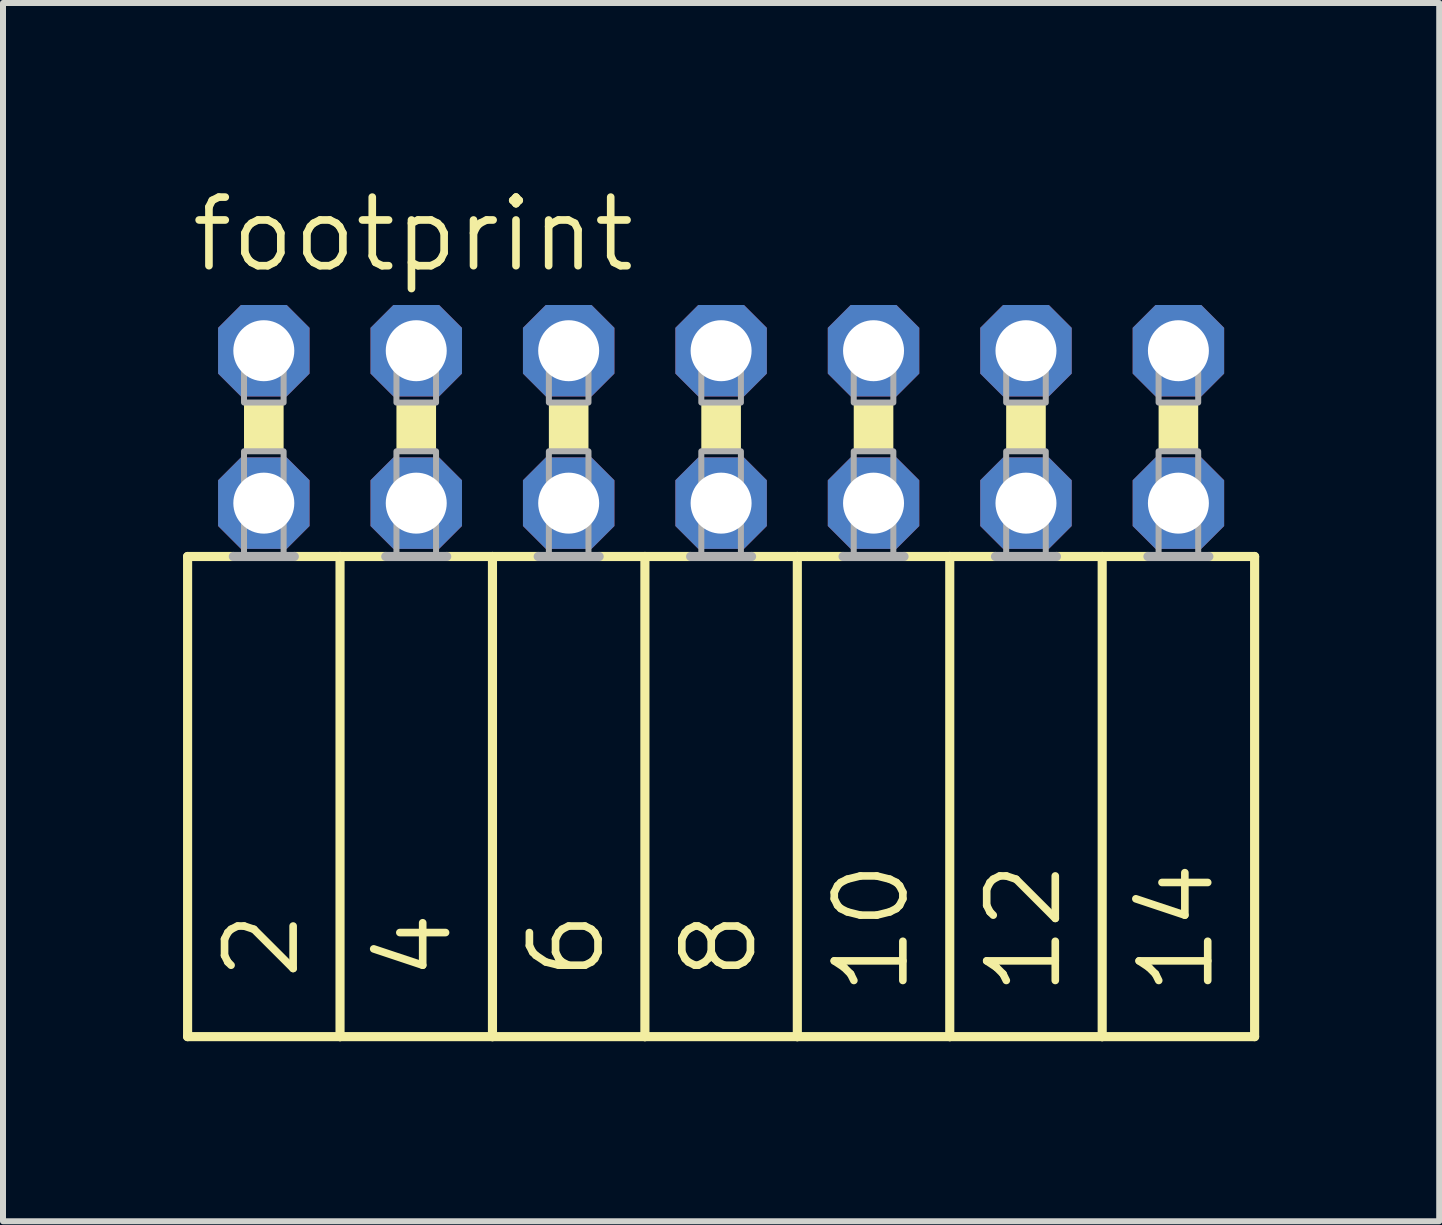
<source format=kicad_pcb>
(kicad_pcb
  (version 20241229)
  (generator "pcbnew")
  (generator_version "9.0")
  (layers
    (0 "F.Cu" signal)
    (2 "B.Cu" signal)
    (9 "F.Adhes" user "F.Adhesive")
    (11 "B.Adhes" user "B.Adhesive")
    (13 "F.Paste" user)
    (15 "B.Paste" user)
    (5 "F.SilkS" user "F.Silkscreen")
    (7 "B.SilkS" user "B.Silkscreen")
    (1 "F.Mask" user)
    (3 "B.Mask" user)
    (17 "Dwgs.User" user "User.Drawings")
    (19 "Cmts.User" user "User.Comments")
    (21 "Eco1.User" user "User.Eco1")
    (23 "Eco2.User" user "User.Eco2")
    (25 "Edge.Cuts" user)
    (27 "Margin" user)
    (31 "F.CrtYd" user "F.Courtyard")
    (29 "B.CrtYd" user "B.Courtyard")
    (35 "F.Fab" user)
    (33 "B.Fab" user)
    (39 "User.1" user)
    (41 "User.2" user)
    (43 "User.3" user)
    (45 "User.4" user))
  (footprint "footprint"
    (layer "F.Cu")
    (at 8.966 4.064)
    (property "Reference" "footprint" (at -8.89 -2.54 0) (layer "F.SilkS") (effects (font (size 1.143 1.143) (thickness 0.127)) (justify left bottom)))
    (fp_line (start -8.89 2.159) (end -8.89 10.16) (stroke (width 0.152) (type solid)) (layer "F.SilkS"))
    (fp_line (start -8.89 2.159) (end -8.128 2.159) (stroke (width 0.152) (type solid)) (layer "F.SilkS"))
    (fp_line (start -7.112 2.159) (end -6.35 2.159) (stroke (width 0.152) (type solid)) (layer "F.SilkS"))
    (fp_line (start -6.35 2.159) (end -6.35 10.16) (stroke (width 0.152) (type solid)) (layer "F.SilkS"))
    (fp_line (start -6.35 2.159) (end -5.588 2.159) (stroke (width 0.152) (type solid)) (layer "F.SilkS"))
    (fp_line (start -6.35 10.16) (end -8.89 10.16) (stroke (width 0.152) (type solid)) (layer "F.SilkS"))
    (fp_line (start -4.572 2.159) (end -3.81 2.159) (stroke (width 0.152) (type solid)) (layer "F.SilkS"))
    (fp_line (start -3.81 2.159) (end -3.81 10.16) (stroke (width 0.152) (type solid)) (layer "F.SilkS"))
    (fp_line (start -3.81 2.159) (end -3.048 2.159) (stroke (width 0.152) (type solid)) (layer "F.SilkS"))
    (fp_line (start -3.81 10.16) (end -6.35 10.16) (stroke (width 0.152) (type solid)) (layer "F.SilkS"))
    (fp_line (start -2.032 2.159) (end -1.27 2.159) (stroke (width 0.152) (type solid)) (layer "F.SilkS"))
    (fp_line (start -1.27 2.159) (end -1.27 10.16) (stroke (width 0.152) (type solid)) (layer "F.SilkS"))
    (fp_line (start -1.27 10.16) (end -3.81 10.16) (stroke (width 0.152) (type solid)) (layer "F.SilkS"))
    (fp_line (start -0.508 2.159) (end -1.27 2.159) (stroke (width 0.152) (type solid)) (layer "F.SilkS"))
    (fp_line (start 1.27 2.159) (end 0.508 2.159) (stroke (width 0.152) (type solid)) (layer "F.SilkS"))
    (fp_line (start 1.27 2.159) (end 1.27 10.16) (stroke (width 0.152) (type solid)) (layer "F.SilkS"))
    (fp_line (start 1.27 2.159) (end 2.032 2.159) (stroke (width 0.152) (type solid)) (layer "F.SilkS"))
    (fp_line (start 1.27 10.16) (end -1.27 10.16) (stroke (width 0.152) (type solid)) (layer "F.SilkS"))
    (fp_line (start 3.048 2.159) (end 3.81 2.159) (stroke (width 0.152) (type solid)) (layer "F.SilkS"))
    (fp_line (start 3.81 2.159) (end 3.81 10.16) (stroke (width 0.152) (type solid)) (layer "F.SilkS"))
    (fp_line (start 3.81 2.159) (end 4.572 2.159) (stroke (width 0.152) (type solid)) (layer "F.SilkS"))
    (fp_line (start 3.81 10.16) (end 1.27 10.16) (stroke (width 0.152) (type solid)) (layer "F.SilkS"))
    (fp_line (start 5.588 2.159) (end 6.35 2.159) (stroke (width 0.152) (type solid)) (layer "F.SilkS"))
    (fp_line (start 6.35 2.159) (end 6.35 10.16) (stroke (width 0.152) (type solid)) (layer "F.SilkS"))
    (fp_line (start 6.35 2.159) (end 7.112 2.159) (stroke (width 0.152) (type solid)) (layer "F.SilkS"))
    (fp_line (start 6.35 10.16) (end 3.81 10.16) (stroke (width 0.152) (type solid)) (layer "F.SilkS"))
    (fp_line (start 8.128 2.159) (end 8.89 2.159) (stroke (width 0.152) (type solid)) (layer "F.SilkS"))
    (fp_line (start 8.89 2.159) (end 8.89 10.16) (stroke (width 0.152) (type solid)) (layer "F.SilkS"))
    (fp_line (start 8.89 10.16) (end 6.35 10.16) (stroke (width 0.152) (type solid)) (layer "F.SilkS"))
    (fp_poly (pts (xy -7.95 0.406) (xy -7.29 0.406) (xy -7.29 -0.406) (xy -7.95 -0.406)) (stroke (width 0) (type solid)) (fill yes) (layer "F.SilkS"))
    (fp_poly (pts (xy -5.41 0.406) (xy -4.75 0.406) (xy -4.75 -0.406) (xy -5.41 -0.406)) (stroke (width 0) (type solid)) (fill yes) (layer "F.SilkS"))
    (fp_poly (pts (xy -2.87 0.406) (xy -2.21 0.406) (xy -2.21 -0.406) (xy -2.87 -0.406)) (stroke (width 0) (type solid)) (fill yes) (layer "F.SilkS"))
    (fp_poly (pts (xy -0.33 0.406) (xy 0.33 0.406) (xy 0.33 -0.406) (xy -0.33 -0.406)) (stroke (width 0) (type solid)) (fill yes) (layer "F.SilkS"))
    (fp_poly (pts (xy 2.21 0.406) (xy 2.87 0.406) (xy 2.87 -0.406) (xy 2.21 -0.406)) (stroke (width 0) (type solid)) (fill yes) (layer "F.SilkS"))
    (fp_poly (pts (xy 4.75 0.406) (xy 5.41 0.406) (xy 5.41 -0.406) (xy 4.75 -0.406)) (stroke (width 0) (type solid)) (fill yes) (layer "F.SilkS"))
    (fp_poly (pts (xy 7.29 0.406) (xy 7.95 0.406) (xy 7.95 -0.406) (xy 7.29 -0.406)) (stroke (width 0) (type solid)) (fill yes) (layer "F.SilkS"))
    (fp_line (start -8.128 2.159) (end -7.112 2.159) (stroke (width 0.152) (type solid)) (layer "F.Fab"))
    (fp_line (start -5.588 2.159) (end -4.572 2.159) (stroke (width 0.152) (type solid)) (layer "F.Fab"))
    (fp_line (start -3.048 2.159) (end -2.032 2.159) (stroke (width 0.152) (type solid)) (layer "F.Fab"))
    (fp_line (start 0.508 2.159) (end -0.508 2.159) (stroke (width 0.152) (type solid)) (layer "F.Fab"))
    (fp_line (start 2.032 2.159) (end 3.048 2.159) (stroke (width 0.152) (type solid)) (layer "F.Fab"))
    (fp_line (start 4.572 2.159) (end 5.588 2.159) (stroke (width 0.152) (type solid)) (layer "F.Fab"))
    (fp_line (start 7.112 2.159) (end 8.128 2.159) (stroke (width 0.152) (type solid)) (layer "F.Fab"))
    (fp_poly (pts (xy -7.95 -0.406) (xy -7.29 -0.406) (xy -7.29 -1.575) (xy -7.95 -1.575)) (stroke (width 0.1) (type solid)) (fill no) (layer "F.Fab"))
    (fp_poly (pts (xy -7.95 2.134) (xy -7.29 2.134) (xy -7.29 0.406) (xy -7.95 0.406)) (stroke (width 0.1) (type solid)) (fill no) (layer "F.Fab"))
    (fp_poly (pts (xy -5.41 -0.406) (xy -4.75 -0.406) (xy -4.75 -1.575) (xy -5.41 -1.575)) (stroke (width 0.1) (type solid)) (fill no) (layer "F.Fab"))
    (fp_poly (pts (xy -5.41 2.134) (xy -4.75 2.134) (xy -4.75 0.406) (xy -5.41 0.406)) (stroke (width 0.1) (type solid)) (fill no) (layer "F.Fab"))
    (fp_poly (pts (xy -2.87 -0.406) (xy -2.21 -0.406) (xy -2.21 -1.575) (xy -2.87 -1.575)) (stroke (width 0.1) (type solid)) (fill no) (layer "F.Fab"))
    (fp_poly (pts (xy -2.87 2.134) (xy -2.21 2.134) (xy -2.21 0.406) (xy -2.87 0.406)) (stroke (width 0.1) (type solid)) (fill no) (layer "F.Fab"))
    (fp_poly (pts (xy -0.33 -0.406) (xy 0.33 -0.406) (xy 0.33 -1.575) (xy -0.33 -1.575)) (stroke (width 0.1) (type solid)) (fill no) (layer "F.Fab"))
    (fp_poly (pts (xy -0.33 2.134) (xy 0.33 2.134) (xy 0.33 0.406) (xy -0.33 0.406)) (stroke (width 0.1) (type solid)) (fill no) (layer "F.Fab"))
    (fp_poly (pts (xy 2.21 -0.406) (xy 2.87 -0.406) (xy 2.87 -1.575) (xy 2.21 -1.575)) (stroke (width 0.1) (type solid)) (fill no) (layer "F.Fab"))
    (fp_poly (pts (xy 2.21 2.134) (xy 2.87 2.134) (xy 2.87 0.406) (xy 2.21 0.406)) (stroke (width 0.1) (type solid)) (fill no) (layer "F.Fab"))
    (fp_poly (pts (xy 4.75 -0.406) (xy 5.41 -0.406) (xy 5.41 -1.575) (xy 4.75 -1.575)) (stroke (width 0.1) (type solid)) (fill no) (layer "F.Fab"))
    (fp_poly (pts (xy 4.75 2.134) (xy 5.41 2.134) (xy 5.41 0.406) (xy 4.75 0.406)) (stroke (width 0.1) (type solid)) (fill no) (layer "F.Fab"))
    (fp_poly (pts (xy 7.29 -0.406) (xy 7.95 -0.406) (xy 7.95 -1.575) (xy 7.29 -1.575)) (stroke (width 0.1) (type solid)) (fill no) (layer "F.Fab"))
    (fp_poly (pts (xy 7.29 2.134) (xy 7.95 2.134) (xy 7.95 0.406) (xy 7.29 0.406)) (stroke (width 0.1) (type solid)) (fill no) (layer "F.Fab"))
    (fp_text user "2" (at -6.985 9.271 90) (layer "F.SilkS") (effects (font (size 1.143 1.143) (thickness 0.127)) (justify left bottom)))
    (fp_text user "8" (at 0.635 9.271 90) (layer "F.SilkS") (effects (font (size 1.143 1.143) (thickness 0.127)) (justify left bottom)))
    (fp_text user "12" (at 5.715 9.525 90) (layer "F.SilkS") (effects (font (size 1.143 1.143) (thickness 0.127)) (justify left bottom)))
    (fp_text user "6" (at -1.905 9.271 90) (layer "F.SilkS") (effects (font (size 1.143 1.143) (thickness 0.127)) (justify left bottom)))
    (fp_text user "10" (at 3.175 9.525 90) (layer "F.SilkS") (effects (font (size 1.143 1.143) (thickness 0.127)) (justify left bottom)))
    (fp_text user "14" (at 8.255 9.525 90) (layer "F.SilkS") (effects (font (size 1.143 1.143) (thickness 0.127)) (justify left bottom)))
    (fp_text user "4" (at -4.445 9.271 90) (layer "F.SilkS") (effects (font (size 1.143 1.143) (thickness 0.127)) (justify left bottom)))
    (pad "1" thru_hole roundrect (at -7.62 -1.27) (size 1.524 1.524) (drill 1.016) (layers "*.Cu" "*.Mask") (roundrect_rratio 0.25) (chamfer_ratio 0.25) (chamfer top_left top_right bottom_left bottom_right))
    (pad "2" thru_hole roundrect (at -7.62 1.27) (size 1.524 1.524) (drill 1.016) (layers "*.Cu" "*.Mask") (roundrect_rratio 0.25) (chamfer_ratio 0.25) (chamfer top_left top_right bottom_left bottom_right))
    (pad "3" thru_hole roundrect (at -5.08 -1.27) (size 1.524 1.524) (drill 1.016) (layers "*.Cu" "*.Mask") (roundrect_rratio 0.25) (chamfer_ratio 0.25) (chamfer top_left top_right bottom_left bottom_right))
    (pad "4" thru_hole roundrect (at -5.08 1.27) (size 1.524 1.524) (drill 1.016) (layers "*.Cu" "*.Mask") (roundrect_rratio 0.25) (chamfer_ratio 0.25) (chamfer top_left top_right bottom_left bottom_right))
    (pad "5" thru_hole roundrect (at -2.54 -1.27) (size 1.524 1.524) (drill 1.016) (layers "*.Cu" "*.Mask") (roundrect_rratio 0.25) (chamfer_ratio 0.25) (chamfer top_left top_right bottom_left bottom_right))
    (pad "6" thru_hole roundrect (at -2.54 1.27) (size 1.524 1.524) (drill 1.016) (layers "*.Cu" "*.Mask") (roundrect_rratio 0.25) (chamfer_ratio 0.25) (chamfer top_left top_right bottom_left bottom_right))
    (pad "7" thru_hole roundrect (at 0 -1.27) (size 1.524 1.524) (drill 1.016) (layers "*.Cu" "*.Mask") (roundrect_rratio 0.25) (chamfer_ratio 0.25) (chamfer top_left top_right bottom_left bottom_right))
    (pad "8" thru_hole roundrect (at 0 1.27) (size 1.524 1.524) (drill 1.016) (layers "*.Cu" "*.Mask") (roundrect_rratio 0.25) (chamfer_ratio 0.25) (chamfer top_left top_right bottom_left bottom_right))
    (pad "9" thru_hole roundrect (at 2.54 -1.27) (size 1.524 1.524) (drill 1.016) (layers "*.Cu" "*.Mask") (roundrect_rratio 0.25) (chamfer_ratio 0.25) (chamfer top_left top_right bottom_left bottom_right))
    (pad "10" thru_hole roundrect (at 2.54 1.27) (size 1.524 1.524) (drill 1.016) (layers "*.Cu" "*.Mask") (roundrect_rratio 0.25) (chamfer_ratio 0.25) (chamfer top_left top_right bottom_left bottom_right))
    (pad "11" thru_hole roundrect (at 5.08 -1.27) (size 1.524 1.524) (drill 1.016) (layers "*.Cu" "*.Mask") (roundrect_rratio 0.25) (chamfer_ratio 0.25) (chamfer top_left top_right bottom_left bottom_right))
    (pad "12" thru_hole roundrect (at 5.08 1.27) (size 1.524 1.524) (drill 1.016) (layers "*.Cu" "*.Mask") (roundrect_rratio 0.25) (chamfer_ratio 0.25) (chamfer top_left top_right bottom_left bottom_right))
    (pad "13" thru_hole roundrect (at 7.62 -1.27) (size 1.524 1.524) (drill 1.016) (layers "*.Cu" "*.Mask") (roundrect_rratio 0.25) (chamfer_ratio 0.25) (chamfer top_left top_right bottom_left bottom_right))
    (pad "14" thru_hole roundrect (at 7.62 1.27) (size 1.524 1.524) (drill 1.016) (layers "*.Cu" "*.Mask") (roundrect_rratio 0.25) (chamfer_ratio 0.25) (chamfer top_left top_right bottom_left bottom_right)))
  (gr_rect
    (start -3 -3)
    (end 20.932 17.3)
    (stroke (width 0.1) (type default))
    (fill no)
    (layer "Edge.Cuts")))
</source>
